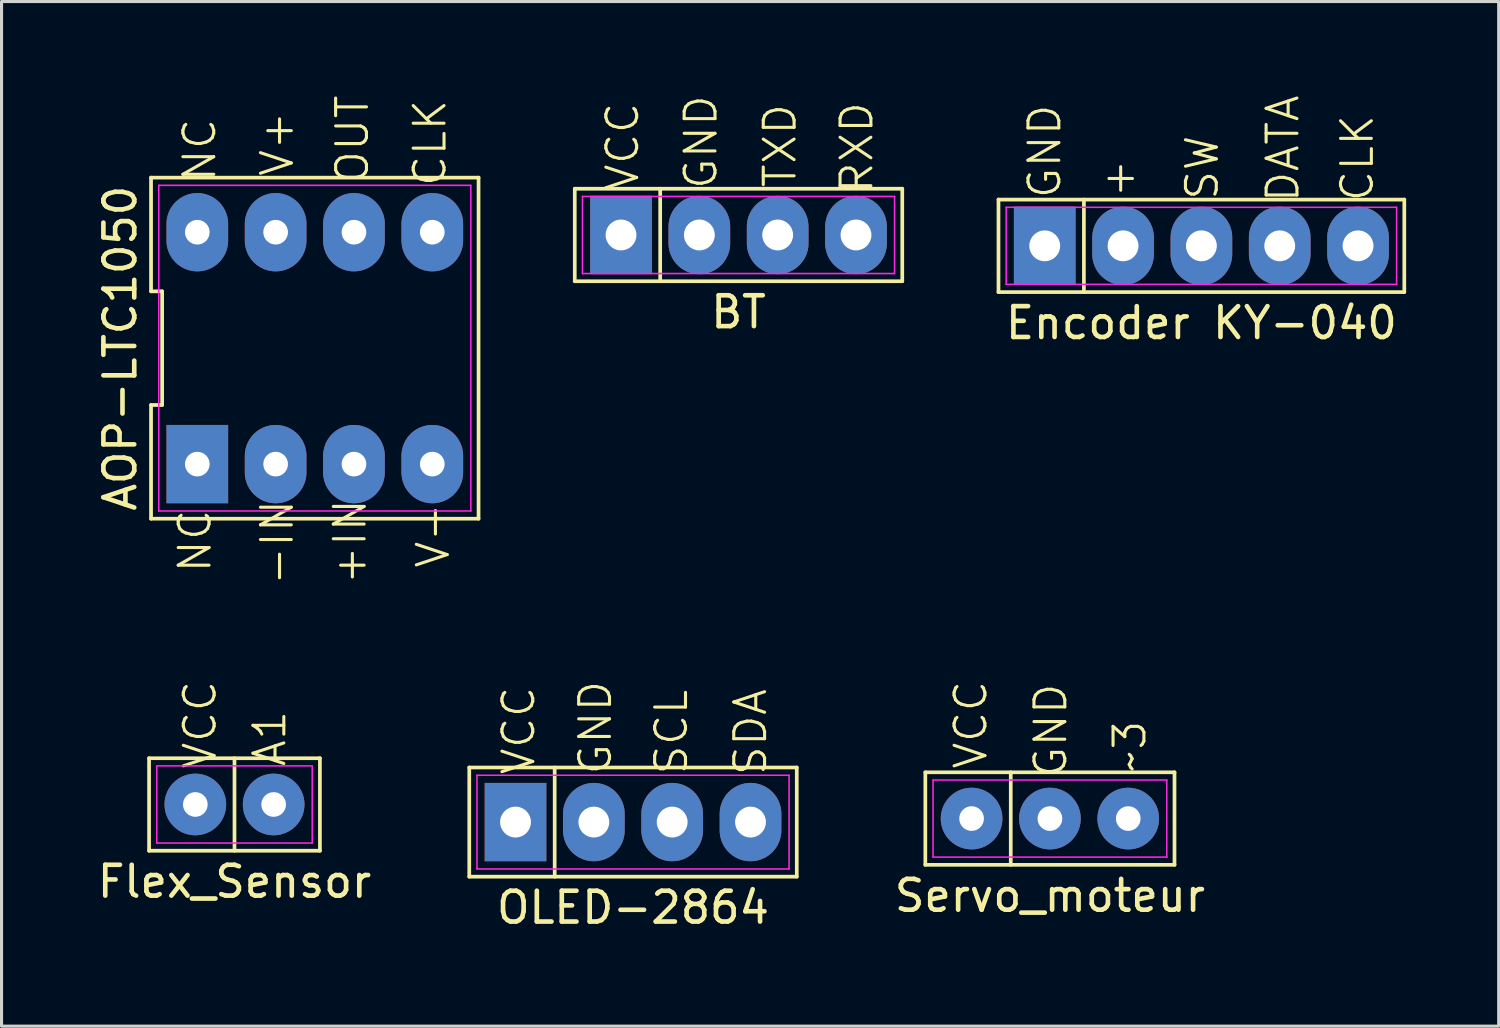
<source format=kicad_pcb>
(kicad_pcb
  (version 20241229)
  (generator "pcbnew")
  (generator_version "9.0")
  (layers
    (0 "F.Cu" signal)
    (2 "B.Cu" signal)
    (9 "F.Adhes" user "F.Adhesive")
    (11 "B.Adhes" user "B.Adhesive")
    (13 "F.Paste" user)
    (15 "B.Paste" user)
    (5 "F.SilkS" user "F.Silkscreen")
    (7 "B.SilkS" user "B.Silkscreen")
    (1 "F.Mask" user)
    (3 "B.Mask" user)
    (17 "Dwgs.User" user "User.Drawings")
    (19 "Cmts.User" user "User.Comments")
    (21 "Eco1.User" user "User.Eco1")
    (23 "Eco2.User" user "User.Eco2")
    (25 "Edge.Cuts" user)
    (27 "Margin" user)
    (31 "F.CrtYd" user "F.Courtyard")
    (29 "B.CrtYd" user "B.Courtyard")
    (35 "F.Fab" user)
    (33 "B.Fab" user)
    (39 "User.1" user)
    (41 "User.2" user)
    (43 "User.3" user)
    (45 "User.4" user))
  (footprint "OLED-2864"
    (layer "F.Cu")
    (at 17.477 23.608)
    (property "Reference" "OLED-2864" (at 0 2.77 0) (layer "F.SilkS") (effects (font (size 1 1) (thickness 0.15))))
    (attr through_hole)
    (fp_line (start -5.31 -1.77) (end 5.31 -1.77) (stroke (width 0.12) (type default)) (layer "F.SilkS"))
    (fp_line (start -5.31 1.77) (end -5.31 -1.77) (stroke (width 0.12) (type default)) (layer "F.SilkS"))
    (fp_line (start -2.54 -1.77) (end -2.54 1.77) (stroke (width 0.12) (type default)) (layer "F.SilkS"))
    (fp_line (start 5.31 -1.77) (end 5.31 1.77) (stroke (width 0.12) (type default)) (layer "F.SilkS"))
    (fp_line (start 5.31 1.77) (end -5.31 1.77) (stroke (width 0.12) (type default)) (layer "F.SilkS"))
    (fp_line (start -5.06 -1.52) (end 5.06 -1.52) (stroke (width 0.05) (type default)) (layer "F.CrtYd"))
    (fp_line (start -5.06 1.52) (end -5.06 -1.52) (stroke (width 0.05) (type default)) (layer "F.CrtYd"))
    (fp_line (start 5.06 -1.52) (end 5.06 1.52) (stroke (width 0.05) (type default)) (layer "F.CrtYd"))
    (fp_line (start 5.06 1.52) (end -5.06 1.52) (stroke (width 0.05) (type default)) (layer "F.CrtYd"))
    (fp_text user "SDA" (at 4.394 -1.448 90) (unlocked yes) (layer "F.SilkS") (effects (font (size 1 1) (thickness 0.1)) (justify left bottom)))
    (fp_text user "VCC" (at -3.124 -1.473 90) (unlocked yes) (layer "F.SilkS") (effects (font (size 1 1) (thickness 0.1)) (justify left bottom)))
    (fp_text user "GND" (at -0.635 -1.473 90) (unlocked yes) (layer "F.SilkS") (effects (font (size 1 1) (thickness 0.1)) (justify left bottom)))
    (fp_text user "SCL" (at 1.829 -1.473 90) (unlocked yes) (layer "F.SilkS") (effects (font (size 1 1) (thickness 0.1)) (justify left bottom)))
    (pad "1" thru_hole rect (at -3.81 0) (size 2 2.54) (drill 1) (layers "*.Cu" "*.Mask"))
    (pad "2" thru_hole oval (at -1.27 0) (size 2 2.54) (drill 1) (layers "*.Cu" "*.Mask"))
    (pad "3" thru_hole oval (at 1.27 0) (size 2 2.54) (drill 1) (layers "*.Cu" "*.Mask"))
    (pad "4" thru_hole oval (at 3.81 0) (size 2 2.54) (drill 1) (layers "*.Cu" "*.Mask")))
  (footprint "BT"
    (layer "F.Cu")
    (at 20.898 4.57)
    (property "Reference" "BT" (at 0 2.5 0) (layer "F.SilkS") (effects (font (size 1 1) (thickness 0.15))))
    (attr through_hole)
    (fp_line (start -5.31 -1.5) (end 5.31 -1.5) (stroke (width 0.12) (type default)) (layer "F.SilkS"))
    (fp_line (start -5.31 1.5) (end -5.31 -1.5) (stroke (width 0.12) (type default)) (layer "F.SilkS"))
    (fp_line (start -2.54 -1.5) (end -2.54 1.5) (stroke (width 0.12) (type default)) (layer "F.SilkS"))
    (fp_line (start 5.31 -1.5) (end 5.31 1.5) (stroke (width 0.12) (type default)) (layer "F.SilkS"))
    (fp_line (start 5.31 1.5) (end -5.31 1.5) (stroke (width 0.12) (type default)) (layer "F.SilkS"))
    (fp_line (start -5.06 -1.25) (end 5.06 -1.25) (stroke (width 0.05) (type default)) (layer "F.CrtYd"))
    (fp_line (start -5.06 1.25) (end -5.06 -1.25) (stroke (width 0.05) (type default)) (layer "F.CrtYd"))
    (fp_line (start 5.06 -1.25) (end 5.06 1.25) (stroke (width 0.05) (type default)) (layer "F.CrtYd"))
    (fp_line (start 5.06 1.25) (end -5.06 1.25) (stroke (width 0.05) (type default)) (layer "F.CrtYd"))
    (fp_text user "GND" (at -0.635 -1.422 90) (unlocked yes) (layer "F.SilkS") (effects (font (size 1 1) (thickness 0.1)) (justify left bottom)))
    (fp_text user "RXD" (at 4.42 -1.295 90) (unlocked yes) (layer "F.SilkS") (effects (font (size 1 1) (thickness 0.1)) (justify left bottom)))
    (fp_text user "VCC" (at -3.175 -1.372 90) (unlocked yes) (layer "F.SilkS") (effects (font (size 1 1) (thickness 0.1)) (justify left bottom)))
    (fp_text user "TXD" (at 1.93 -1.473 90) (unlocked yes) (layer "F.SilkS") (effects (font (size 1 1) (thickness 0.1)) (justify left bottom)))
    (pad "1" thru_hole rect (at -3.81 0) (size 2 2.54) (drill 1) (layers "*.Cu" "*.Mask"))
    (pad "2" thru_hole oval (at -1.27 0) (size 2 2.54) (drill 1) (layers "*.Cu" "*.Mask"))
    (pad "3" thru_hole oval (at 1.27 0) (size 2 2.54) (drill 1) (layers "*.Cu" "*.Mask"))
    (pad "4" thru_hole oval (at 3.81 0) (size 2 2.54) (drill 1) (layers "*.Cu" "*.Mask")))
  (footprint "Servo_moteur"
    (layer "F.Cu")
    (at 30.996 23.494)
    (property "Reference" "Servo_moteur" (at 0 2.5 0) (layer "F.SilkS") (effects (font (size 1 1) (thickness 0.15))))
    (attr through_hole)
    (fp_line (start -4.04 -1.5) (end 4.04 -1.5) (stroke (width 0.12) (type default)) (layer "F.SilkS"))
    (fp_line (start -4.04 1.5) (end -4.04 -1.5) (stroke (width 0.12) (type default)) (layer "F.SilkS"))
    (fp_line (start -1.27 -1.5) (end -1.27 1.5) (stroke (width 0.12) (type default)) (layer "F.SilkS"))
    (fp_line (start 4.04 -1.5) (end 4.04 1.5) (stroke (width 0.12) (type default)) (layer "F.SilkS"))
    (fp_line (start 4.04 1.5) (end -4.04 1.5) (stroke (width 0.12) (type default)) (layer "F.SilkS"))
    (fp_line (start -3.79 -1.25) (end 3.79 -1.25) (stroke (width 0.05) (type default)) (layer "F.CrtYd"))
    (fp_line (start -3.79 1.25) (end -3.79 -1.25) (stroke (width 0.05) (type default)) (layer "F.CrtYd"))
    (fp_line (start 3.79 -1.25) (end 3.79 1.25) (stroke (width 0.05) (type default)) (layer "F.CrtYd"))
    (fp_line (start 3.79 1.25) (end -3.79 1.25) (stroke (width 0.05) (type default)) (layer "F.CrtYd"))
    (fp_text user "VCC" (at -1.981 -1.549 90) (unlocked yes) (layer "F.SilkS") (effects (font (size 1 1) (thickness 0.1)) (justify left bottom)))
    (fp_text user "~3" (at 3.175 -1.448 90) (unlocked yes) (layer "F.SilkS") (effects (font (size 1 1) (thickness 0.1)) (justify left bottom)))
    (fp_text user "GND" (at 0.61 -1.27 90) (unlocked yes) (layer "F.SilkS") (effects (font (size 1 1) (thickness 0.1)) (justify left bottom)))
    (pad "1" thru_hole circle (at -2.54 0) (size 2 2) (drill 0.8) (layers "*.Cu" "*.Mask"))
    (pad "2" thru_hole circle (at 0 0) (size 2 2) (drill 0.8) (layers "*.Cu" "*.Mask"))
    (pad "3" thru_hole circle (at 2.54 0) (size 2 2) (drill 0.8) (layers "*.Cu" "*.Mask")))
  (footprint "Flex_Sensor"
    (layer "F.Cu")
    (at 4.554 23.037)
    (property "Reference" "Flex_Sensor" (at 0 2.5 0) (layer "F.SilkS") (effects (font (size 1 1) (thickness 0.15))))
    (attr through_hole)
    (fp_line (start -2.77 -1.5) (end 2.77 -1.5) (stroke (width 0.12) (type default)) (layer "F.SilkS"))
    (fp_line (start -2.77 1.5) (end -2.77 -1.5) (stroke (width 0.12) (type default)) (layer "F.SilkS"))
    (fp_line (start 0 -1.5) (end 0 1.5) (stroke (width 0.12) (type default)) (layer "F.SilkS"))
    (fp_line (start 2.77 -1.5) (end 2.77 1.5) (stroke (width 0.12) (type default)) (layer "F.SilkS"))
    (fp_line (start 2.77 1.5) (end -2.77 1.5) (stroke (width 0.12) (type default)) (layer "F.SilkS"))
    (fp_line (start -2.52 -1.25) (end 2.52 -1.25) (stroke (width 0.05) (type default)) (layer "F.CrtYd"))
    (fp_line (start -2.52 1.25) (end -2.52 -1.25) (stroke (width 0.05) (type default)) (layer "F.CrtYd"))
    (fp_line (start 2.52 -1.25) (end 2.52 1.25) (stroke (width 0.05) (type default)) (layer "F.CrtYd"))
    (fp_line (start 2.52 1.25) (end -2.52 1.25) (stroke (width 0.05) (type default)) (layer "F.CrtYd"))
    (fp_text user "VCC" (at -0.533 -1.092 90) (unlocked yes) (layer "F.SilkS") (effects (font (size 1 1) (thickness 0.1)) (justify left bottom)))
    (fp_text user "A1" (at 1.727 -1.168 90) (unlocked yes) (layer "F.SilkS") (effects (font (size 1 1) (thickness 0.1)) (justify left bottom)))
    (pad "1" thru_hole circle (at -1.27 0) (size 2 2) (drill 0.8) (layers "*.Cu" "*.Mask"))
    (pad "2" thru_hole circle (at 1.27 0) (size 2 2) (drill 0.8) (layers "*.Cu" "*.Mask")))
  (footprint "AOP-LTC1050"
    (layer "F.Cu")
    (at 7.158 8.24)
    (property "Reference" "AOP-LTC1050" (at -6.31 0 90) (layer "F.SilkS") (effects (font (size 1 1) (thickness 0.15))))
    (attr through_hole)
    (fp_line (start -5.31 -5.53) (end -5.31 -1.843) (stroke (width 0.12) (type default)) (layer "F.SilkS"))
    (fp_line (start -5.31 -1.843) (end -4.95 -1.843) (stroke (width 0.12) (type default)) (layer "F.SilkS"))
    (fp_line (start -5.31 1.843) (end -5.31 5.53) (stroke (width 0.12) (type default)) (layer "F.SilkS"))
    (fp_line (start -5.31 5.53) (end 5.31 5.53) (stroke (width 0.12) (type default)) (layer "F.SilkS"))
    (fp_line (start -4.95 -1.843) (end -4.95 1.843) (stroke (width 0.12) (type default)) (layer "F.SilkS"))
    (fp_line (start -4.95 1.843) (end -5.31 1.843) (stroke (width 0.12) (type default)) (layer "F.SilkS"))
    (fp_line (start 5.31 -5.53) (end -5.31 -5.53) (stroke (width 0.12) (type default)) (layer "F.SilkS"))
    (fp_line (start 5.31 5.53) (end 5.31 -5.53) (stroke (width 0.12) (type default)) (layer "F.SilkS"))
    (fp_line (start -5.06 -5.28) (end 5.06 -5.28) (stroke (width 0.05) (type default)) (layer "F.CrtYd"))
    (fp_line (start -5.06 5.28) (end -5.06 -5.28) (stroke (width 0.05) (type default)) (layer "F.CrtYd"))
    (fp_line (start 5.06 -5.28) (end 5.06 5.28) (stroke (width 0.05) (type default)) (layer "F.CrtYd"))
    (fp_line (start 5.06 5.28) (end -5.06 5.28) (stroke (width 0.05) (type default)) (layer "F.CrtYd"))
    (fp_text user "+IN" (at 1.727 7.722 90) (unlocked yes) (layer "F.SilkS") (effects (font (size 1 1) (thickness 0.1)) (justify left bottom)))
    (fp_text user "-IN" (at -0.635 7.747 90) (unlocked yes) (layer "F.SilkS") (effects (font (size 1 1) (thickness 0.1)) (justify left bottom)))
    (fp_text user "OUT" (at 1.803 -5.283 90) (unlocked yes) (layer "F.SilkS") (effects (font (size 1 1) (thickness 0.1)) (justify left bottom)))
    (fp_text user "NC" (at -3.302 7.341 90) (unlocked yes) (layer "F.SilkS") (effects (font (size 1 1) (thickness 0.1)) (justify left bottom)))
    (fp_text user "CLK" (at 4.318 -5.182 90) (unlocked yes) (layer "F.SilkS") (effects (font (size 1 1) (thickness 0.1)) (justify left bottom)))
    (fp_text user "NC" (at -3.15 -5.334 90) (unlocked yes) (layer "F.SilkS") (effects (font (size 1 1) (thickness 0.1)) (justify left bottom)))
    (fp_text user "V-" (at 4.42 7.188 90) (unlocked yes) (layer "F.SilkS") (effects (font (size 1 1) (thickness 0.1)) (justify left bottom)))
    (fp_text user "V+" (at -0.635 -5.512 90) (unlocked yes) (layer "F.SilkS") (effects (font (size 1 1) (thickness 0.1)) (justify left bottom)))
    (pad "1" thru_hole rect (at -3.81 3.76) (size 2 2.54) (drill 0.8) (layers "*.Cu" "*.Mask"))
    (pad "2" thru_hole oval (at -1.27 3.76) (size 2 2.54) (drill 0.8) (layers "*.Cu" "*.Mask"))
    (pad "3" thru_hole oval (at 1.27 3.76) (size 2 2.54) (drill 0.8) (layers "*.Cu" "*.Mask"))
    (pad "4" thru_hole oval (at 3.81 3.76) (size 2 2.54) (drill 0.8) (layers "*.Cu" "*.Mask"))
    (pad "5" thru_hole oval (at 3.81 -3.76) (size 2 2.54) (drill 0.8) (layers "*.Cu" "*.Mask"))
    (pad "6" thru_hole oval (at 1.27 -3.76) (size 2 2.54) (drill 0.8) (layers "*.Cu" "*.Mask"))
    (pad "7" thru_hole oval (at -1.27 -3.76) (size 2 2.54) (drill 0.8) (layers "*.Cu" "*.Mask"))
    (pad "8" thru_hole oval (at -3.81 -3.76) (size 2 2.54) (drill 0.8) (layers "*.Cu" "*.Mask")))
  (footprint "Encoder KY-040"
    (layer "F.Cu")
    (at 35.908 4.922)
    (property "Reference" "Encoder KY-040" (at 0 2.5 0) (layer "F.SilkS") (effects (font (size 1 1) (thickness 0.15))))
    (attr through_hole)
    (fp_line (start -6.58 -1.5) (end 6.58 -1.5) (stroke (width 0.12) (type default)) (layer "F.SilkS"))
    (fp_line (start -6.58 1.5) (end -6.58 -1.5) (stroke (width 0.12) (type default)) (layer "F.SilkS"))
    (fp_line (start -3.81 -1.5) (end -3.81 1.5) (stroke (width 0.12) (type default)) (layer "F.SilkS"))
    (fp_line (start 6.58 -1.5) (end 6.58 1.5) (stroke (width 0.12) (type default)) (layer "F.SilkS"))
    (fp_line (start 6.58 1.5) (end -6.58 1.5) (stroke (width 0.12) (type default)) (layer "F.SilkS"))
    (fp_line (start -6.33 -1.25) (end 6.33 -1.25) (stroke (width 0.05) (type default)) (layer "F.CrtYd"))
    (fp_line (start -6.33 1.25) (end -6.33 -1.25) (stroke (width 0.05) (type default)) (layer "F.CrtYd"))
    (fp_line (start 6.33 -1.25) (end 6.33 1.25) (stroke (width 0.05) (type default)) (layer "F.CrtYd"))
    (fp_line (start 6.33 1.25) (end -6.33 1.25) (stroke (width 0.05) (type default)) (layer "F.CrtYd"))
    (fp_text user "GND" (at -4.496 -1.473 90) (unlocked yes) (layer "F.SilkS") (effects (font (size 1 1) (thickness 0.1)) (justify left bottom)))
    (fp_text user "CLK" (at 5.639 -1.372 90) (unlocked yes) (layer "F.SilkS") (effects (font (size 1 1) (thickness 0.1)) (justify left bottom)))
    (fp_text user "DATA" (at 3.226 -1.346 90) (unlocked yes) (layer "F.SilkS") (effects (font (size 1 1) (thickness 0.1)) (justify left bottom)))
    (fp_text user "+" (at -3.302 -1.676 0) (unlocked yes) (layer "F.SilkS") (effects (font (size 1 1) (thickness 0.1)) (justify left bottom)))
    (fp_text user "SW" (at 0.61 -1.422 90) (unlocked yes) (layer "F.SilkS") (effects (font (size 1 1) (thickness 0.1)) (justify left bottom)))
    (pad "1" thru_hole rect (at -5.08 0) (size 2 2.54) (drill 1) (layers "*.Cu" "*.Mask"))
    (pad "2" thru_hole oval (at -2.54 0) (size 2 2.54) (drill 1) (layers "*.Cu" "*.Mask"))
    (pad "3" thru_hole oval (at 0 0) (size 2 2.54) (drill 1) (layers "*.Cu" "*.Mask"))
    (pad "4" thru_hole oval (at 2.54 0) (size 2 2.54) (drill 1) (layers "*.Cu" "*.Mask"))
    (pad "5" thru_hole oval (at 5.08 0) (size 2 2.54) (drill 1) (layers "*.Cu" "*.Mask")))
  (gr_rect
    (start -3 -3)
    (end 45.548 30.226)
    (stroke (width 0.1) (type default))
    (fill no)
    (layer "Edge.Cuts")))
</source>
